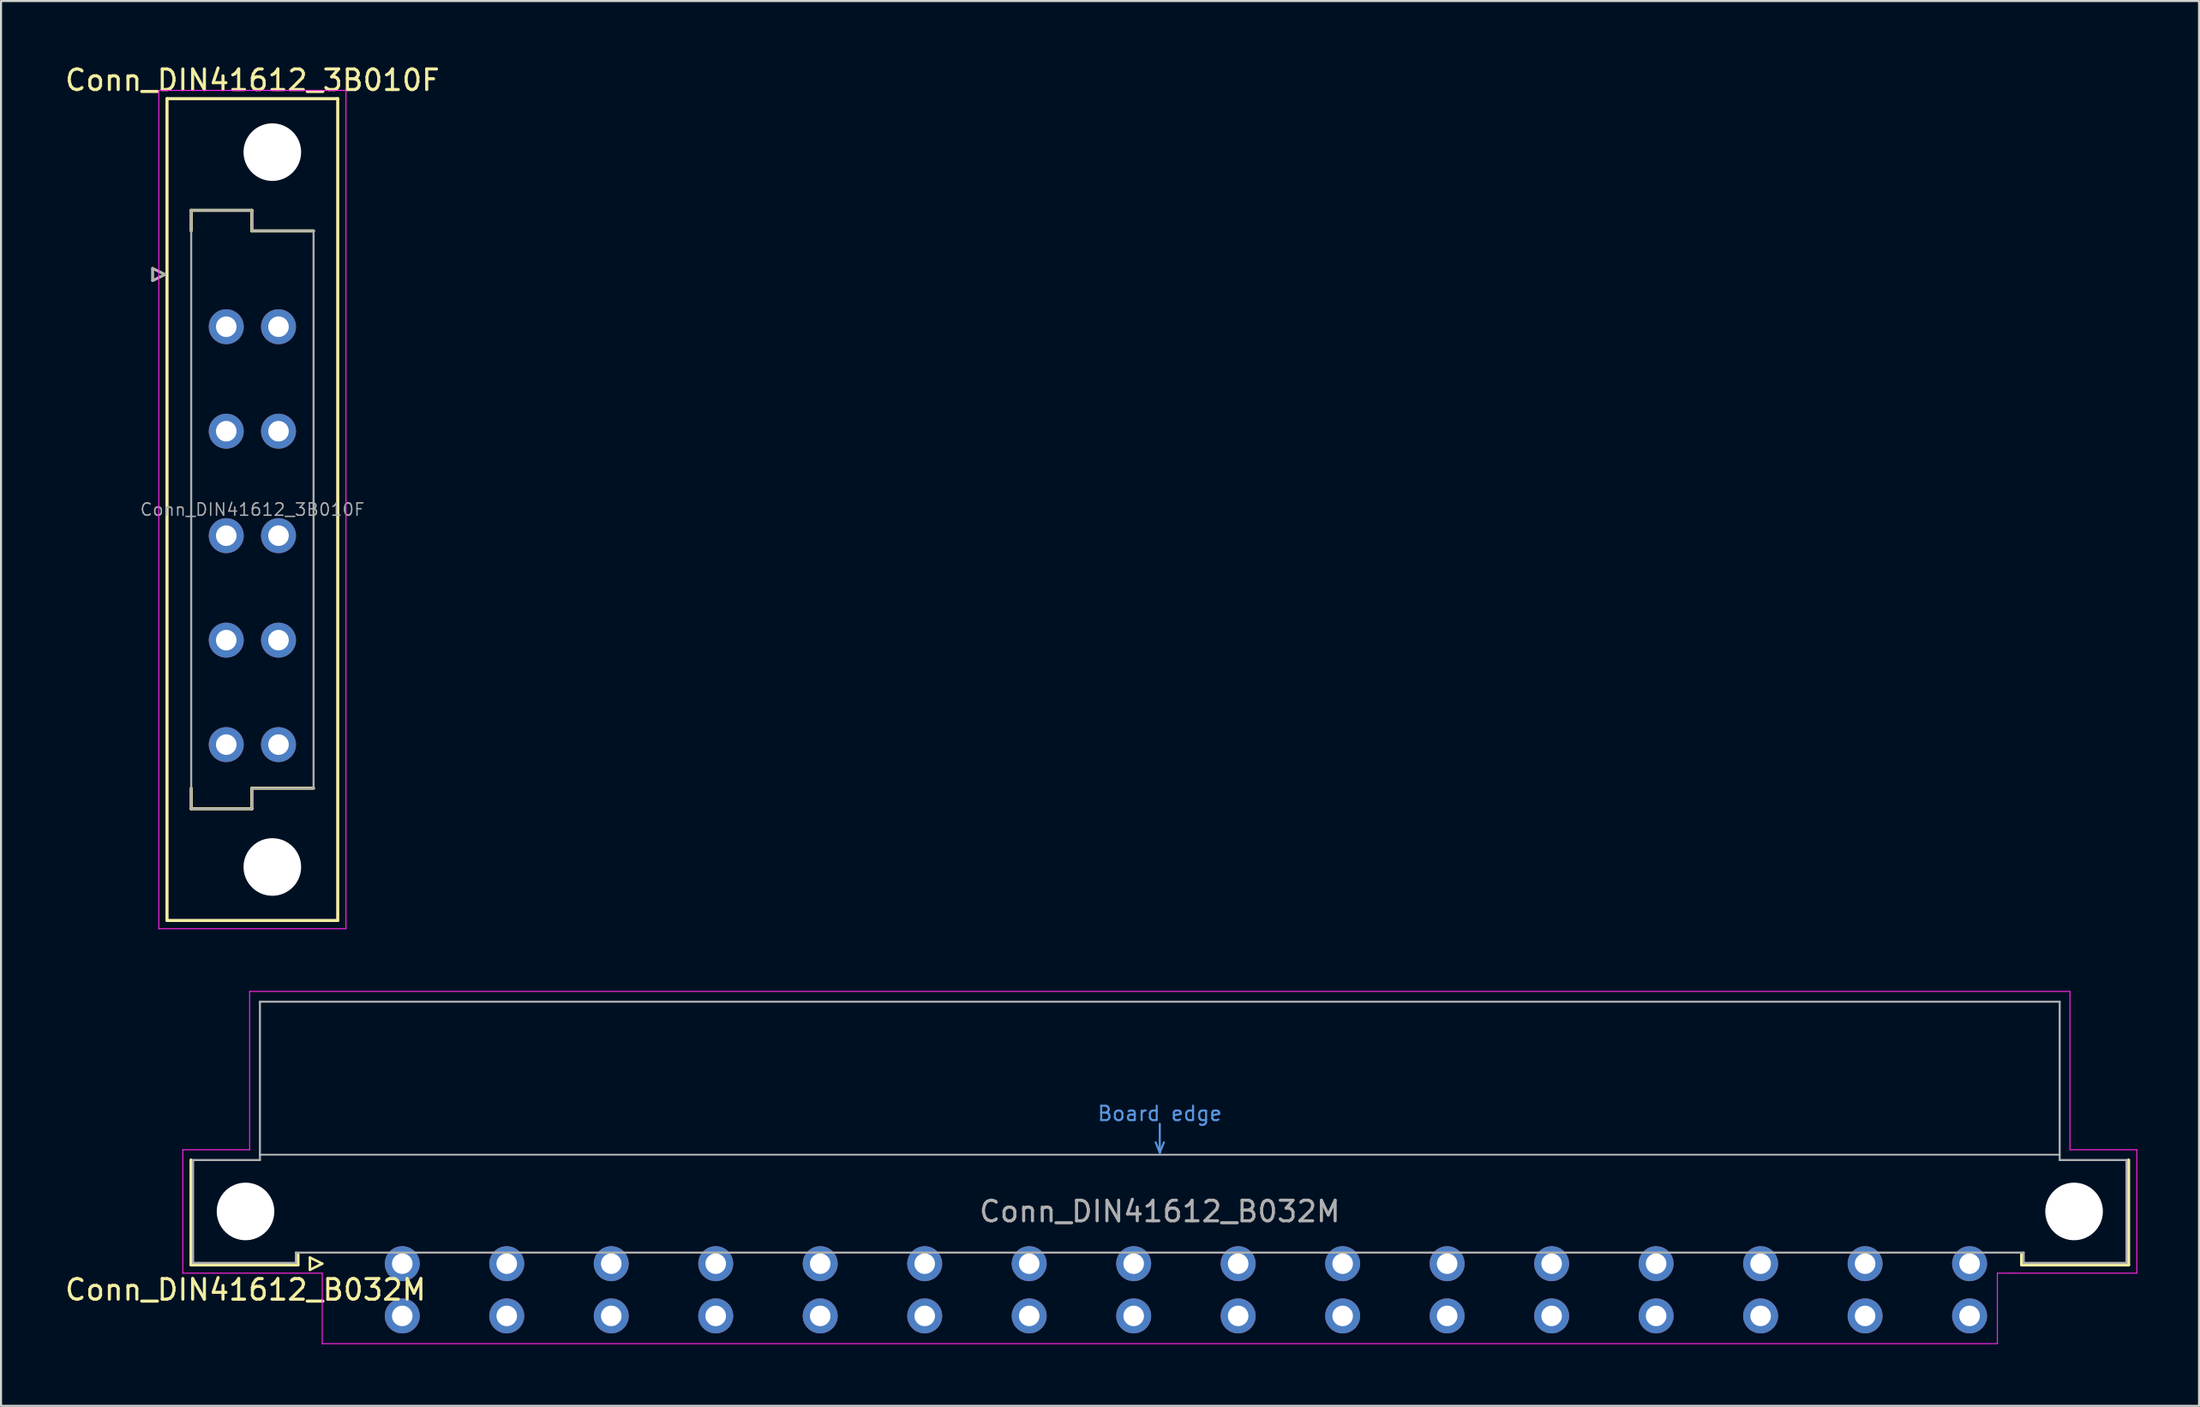
<source format=kicad_pcb>
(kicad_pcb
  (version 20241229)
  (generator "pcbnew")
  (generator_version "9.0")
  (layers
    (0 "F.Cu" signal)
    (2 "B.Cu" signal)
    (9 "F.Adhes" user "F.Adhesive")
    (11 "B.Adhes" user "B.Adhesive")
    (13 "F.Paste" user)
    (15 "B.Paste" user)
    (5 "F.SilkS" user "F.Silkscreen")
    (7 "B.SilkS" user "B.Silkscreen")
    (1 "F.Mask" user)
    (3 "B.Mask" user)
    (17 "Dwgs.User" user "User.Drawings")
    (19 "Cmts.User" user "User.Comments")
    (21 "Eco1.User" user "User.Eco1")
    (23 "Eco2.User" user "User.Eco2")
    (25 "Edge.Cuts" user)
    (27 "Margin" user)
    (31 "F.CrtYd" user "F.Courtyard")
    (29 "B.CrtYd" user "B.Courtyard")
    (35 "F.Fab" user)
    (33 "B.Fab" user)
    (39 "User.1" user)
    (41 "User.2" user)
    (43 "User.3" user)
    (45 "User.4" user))
  (footprint "Conn_DIN41612_B032M"
    (layer "F.Cu")
    (at 13.967 58.398)
    (property "Reference" "Conn_DIN41612_B032M" (at -5.08 1.27 0) (layer "F.SilkS") (effects (font (size 1 1) (thickness 0.15))))
    (attr through_hole)
    (fp_line (start -7.73 0.06) (end -7.73 -5.04) (stroke (width 0.15) (type solid)) (layer "F.SilkS"))
    (fp_line (start -2.53 -0.44) (end -2.53 0.06) (stroke (width 0.15) (type solid)) (layer "F.SilkS"))
    (fp_line (start -2.53 0.06) (end -7.73 0.06) (stroke (width 0.15) (type solid)) (layer "F.SilkS"))
    (fp_line (start -1.95 -0.3) (end -1.95 0.3) (stroke (width 0.12) (type solid)) (layer "F.SilkS"))
    (fp_line (start -1.95 0.3) (end -1.35 0) (stroke (width 0.12) (type solid)) (layer "F.SilkS"))
    (fp_line (start -1.35 0) (end -1.95 -0.3) (stroke (width 0.12) (type solid)) (layer "F.SilkS"))
    (fp_line (start 81.27 -0.44) (end 81.27 0.06) (stroke (width 0.15) (type solid)) (layer "F.SilkS"))
    (fp_line (start 81.27 0.06) (end 86.47 0.06) (stroke (width 0.15) (type solid)) (layer "F.SilkS"))
    (fp_line (start 86.47 0.06) (end 86.47 -5.04) (stroke (width 0.15) (type solid)) (layer "F.SilkS"))
    (fp_line (start -4.38 -5.3) (end 83.12 -5.3) (stroke (width 0.08) (type solid)) (layer "Dwgs.User"))
    (fp_line (start 39.17 -5.9) (end 39.37 -5.4) (stroke (width 0.1) (type solid)) (layer "Cmts.User"))
    (fp_line (start 39.37 -6.8) (end 39.37 -5.4) (stroke (width 0.1) (type solid)) (layer "Cmts.User"))
    (fp_line (start 39.37 -5.4) (end 39.57 -5.9) (stroke (width 0.1) (type solid)) (layer "Cmts.User"))
    (fp_line (start -8.13 -5.54) (end -4.88 -5.54) (stroke (width 0.05) (type solid)) (layer "F.CrtYd"))
    (fp_line (start -8.13 0.46) (end -8.13 -5.54) (stroke (width 0.05) (type solid)) (layer "F.CrtYd"))
    (fp_line (start -4.88 -13.24) (end 83.62 -13.24) (stroke (width 0.05) (type solid)) (layer "F.CrtYd"))
    (fp_line (start -4.88 -5.54) (end -4.88 -13.24) (stroke (width 0.05) (type solid)) (layer "F.CrtYd"))
    (fp_line (start -1.35 0.46) (end -8.13 0.46) (stroke (width 0.05) (type solid)) (layer "F.CrtYd"))
    (fp_line (start -1.35 3.89) (end -1.35 0.46) (stroke (width 0.05) (type solid)) (layer "F.CrtYd"))
    (fp_line (start 80.09 0.46) (end 80.09 3.89) (stroke (width 0.05) (type solid)) (layer "F.CrtYd"))
    (fp_line (start 80.09 3.89) (end -1.35 3.89) (stroke (width 0.05) (type solid)) (layer "F.CrtYd"))
    (fp_line (start 80.87 0.46) (end 80.09 0.46) (stroke (width 0.05) (type solid)) (layer "F.CrtYd"))
    (fp_line (start 83.62 -13.24) (end 83.62 -5.54) (stroke (width 0.05) (type solid)) (layer "F.CrtYd"))
    (fp_line (start 83.62 -5.54) (end 86.87 -5.54) (stroke (width 0.05) (type solid)) (layer "F.CrtYd"))
    (fp_line (start 86.87 -5.54) (end 86.87 0.46) (stroke (width 0.05) (type solid)) (layer "F.CrtYd"))
    (fp_line (start 86.87 0.46) (end 80.87 0.46) (stroke (width 0.05) (type solid)) (layer "F.CrtYd"))
    (fp_line (start -7.63 -5.04) (end -4.38 -5.04) (stroke (width 0.1) (type solid)) (layer "F.Fab"))
    (fp_line (start -7.63 -0.04) (end -7.63 -5.04) (stroke (width 0.1) (type solid)) (layer "F.Fab"))
    (fp_line (start -4.38 -12.74) (end 83.12 -12.74) (stroke (width 0.1) (type solid)) (layer "F.Fab"))
    (fp_line (start -4.38 -5.04) (end -4.38 -12.74) (stroke (width 0.1) (type solid)) (layer "F.Fab"))
    (fp_line (start -2.63 -0.54) (end -2.63 -0.04) (stroke (width 0.1) (type solid)) (layer "F.Fab"))
    (fp_line (start -2.63 -0.04) (end -7.63 -0.04) (stroke (width 0.1) (type solid)) (layer "F.Fab"))
    (fp_line (start 81.37 -0.54) (end -2.63 -0.54) (stroke (width 0.1) (type solid)) (layer "F.Fab"))
    (fp_line (start 81.37 -0.04) (end 81.37 -0.54) (stroke (width 0.1) (type solid)) (layer "F.Fab"))
    (fp_line (start 83.12 -12.74) (end 83.12 -5.04) (stroke (width 0.1) (type solid)) (layer "F.Fab"))
    (fp_line (start 83.12 -5.04) (end 86.37 -5.04) (stroke (width 0.1) (type solid)) (layer "F.Fab"))
    (fp_line (start 86.37 -5.04) (end 86.37 -0.04) (stroke (width 0.1) (type solid)) (layer "F.Fab"))
    (fp_line (start 86.37 -0.04) (end 81.37 -0.04) (stroke (width 0.1) (type solid)) (layer "F.Fab"))
    (fp_text user "Board edge" (at 39.37 -7.3 0) (layer "Cmts.User") (effects (font (size 0.7 0.7) (thickness 0.1))))
    (fp_text user "${REFERENCE}" (at 39.37 -2.54 0) (layer "F.Fab") (effects (font (size 1 1) (thickness 0.15))))
    (pad "" np_thru_hole circle (at -5.08 -2.54) (size 2.8 2.8) (drill 2.8) (layers "*.Cu" "*.Mask"))
    (pad "" np_thru_hole circle (at 83.82 -2.54) (size 2.8 2.8) (drill 2.8) (layers "*.Cu" "*.Mask"))
    (pad "A2" thru_hole circle (at 2.54 0) (size 1.7 1.7) (drill 1) (layers "*.Cu" "*.Mask"))
    (pad "A4" thru_hole circle (at 7.62 0) (size 1.7 1.7) (drill 1) (layers "*.Cu" "*.Mask"))
    (pad "A6" thru_hole circle (at 12.7 0) (size 1.7 1.7) (drill 1) (layers "*.Cu" "*.Mask"))
    (pad "A8" thru_hole circle (at 17.78 0) (size 1.7 1.7) (drill 1) (layers "*.Cu" "*.Mask"))
    (pad "A10" thru_hole circle (at 22.86 0) (size 1.7 1.7) (drill 1) (layers "*.Cu" "*.Mask"))
    (pad "A12" thru_hole circle (at 27.94 0) (size 1.7 1.7) (drill 1) (layers "*.Cu" "*.Mask"))
    (pad "A14" thru_hole circle (at 33.02 0) (size 1.7 1.7) (drill 1) (layers "*.Cu" "*.Mask"))
    (pad "A16" thru_hole circle (at 38.1 0) (size 1.7 1.7) (drill 1) (layers "*.Cu" "*.Mask"))
    (pad "A18" thru_hole circle (at 43.18 0) (size 1.7 1.7) (drill 1) (layers "*.Cu" "*.Mask"))
    (pad "A20" thru_hole circle (at 48.26 0) (size 1.7 1.7) (drill 1) (layers "*.Cu" "*.Mask"))
    (pad "A22" thru_hole circle (at 53.34 0) (size 1.7 1.7) (drill 1) (layers "*.Cu" "*.Mask"))
    (pad "A24" thru_hole circle (at 58.42 0) (size 1.7 1.7) (drill 1) (layers "*.Cu" "*.Mask"))
    (pad "A26" thru_hole circle (at 63.5 0) (size 1.7 1.7) (drill 1) (layers "*.Cu" "*.Mask"))
    (pad "A28" thru_hole circle (at 68.58 0) (size 1.7 1.7) (drill 1) (layers "*.Cu" "*.Mask"))
    (pad "A30" thru_hole circle (at 73.66 0) (size 1.7 1.7) (drill 1) (layers "*.Cu" "*.Mask"))
    (pad "A32" thru_hole circle (at 78.74 0) (size 1.7 1.7) (drill 1) (layers "*.Cu" "*.Mask"))
    (pad "B2" thru_hole circle (at 2.54 2.54) (size 1.7 1.7) (drill 1) (layers "*.Cu" "*.Mask"))
    (pad "B4" thru_hole circle (at 7.62 2.54) (size 1.7 1.7) (drill 1) (layers "*.Cu" "*.Mask"))
    (pad "B6" thru_hole circle (at 12.7 2.54) (size 1.7 1.7) (drill 1) (layers "*.Cu" "*.Mask"))
    (pad "B8" thru_hole circle (at 17.78 2.54) (size 1.7 1.7) (drill 1) (layers "*.Cu" "*.Mask"))
    (pad "B10" thru_hole circle (at 22.86 2.54) (size 1.7 1.7) (drill 1) (layers "*.Cu" "*.Mask"))
    (pad "B12" thru_hole circle (at 27.94 2.54) (size 1.7 1.7) (drill 1) (layers "*.Cu" "*.Mask"))
    (pad "B14" thru_hole circle (at 33.02 2.54) (size 1.7 1.7) (drill 1) (layers "*.Cu" "*.Mask"))
    (pad "B16" thru_hole circle (at 38.1 2.54) (size 1.7 1.7) (drill 1) (layers "*.Cu" "*.Mask"))
    (pad "B18" thru_hole circle (at 43.18 2.54) (size 1.7 1.7) (drill 1) (layers "*.Cu" "*.Mask"))
    (pad "B20" thru_hole circle (at 48.26 2.54) (size 1.7 1.7) (drill 1) (layers "*.Cu" "*.Mask"))
    (pad "B22" thru_hole circle (at 53.34 2.54) (size 1.7 1.7) (drill 1) (layers "*.Cu" "*.Mask"))
    (pad "B24" thru_hole circle (at 58.42 2.54) (size 1.7 1.7) (drill 1) (layers "*.Cu" "*.Mask"))
    (pad "B26" thru_hole circle (at 63.5 2.54) (size 1.7 1.7) (drill 1) (layers "*.Cu" "*.Mask"))
    (pad "B28" thru_hole circle (at 68.58 2.54) (size 1.7 1.7) (drill 1) (layers "*.Cu" "*.Mask"))
    (pad "B30" thru_hole circle (at 73.66 2.54) (size 1.7 1.7) (drill 1) (layers "*.Cu" "*.Mask"))
    (pad "B32" thru_hole circle (at 78.74 2.54) (size 1.7 1.7) (drill 1) (layers "*.Cu" "*.Mask")))
  (footprint "Conn_DIN41612_3B010F"
    (layer "F.Cu")
    (at 7.95 10.298)
    (property "Reference" "Conn_DIN41612_3B010F" (at 1.27 -9.45 0) (layer "F.SilkS") (effects (font (size 1 1) (thickness 0.15))))
    (attr through_hole)
    (fp_line (start -3.58 -0.3) (end -3.58 0.3) (stroke (width 0.12) (type solid)) (layer "F.SilkS"))
    (fp_line (start -3.58 0.3) (end -2.98 0) (stroke (width 0.12) (type solid)) (layer "F.SilkS"))
    (fp_line (start -2.98 0) (end -3.58 -0.3) (stroke (width 0.12) (type solid)) (layer "F.SilkS"))
    (fp_line (start -2.88 -8.55) (end -2.88 31.41) (stroke (width 0.15) (type solid)) (layer "F.SilkS"))
    (fp_line (start -2.88 31.41) (end 5.42 31.41) (stroke (width 0.15) (type solid)) (layer "F.SilkS"))
    (fp_line (start -1.705 -3.12) (end 1.245 -3.12) (stroke (width 0.15) (type solid)) (layer "F.SilkS"))
    (fp_line (start -1.705 -2.12) (end -1.705 -3.12) (stroke (width 0.15) (type solid)) (layer "F.SilkS"))
    (fp_line (start -1.705 25.98) (end -1.705 24.98) (stroke (width 0.15) (type solid)) (layer "F.SilkS"))
    (fp_line (start 1.245 -3.12) (end 1.245 -2.12) (stroke (width 0.15) (type solid)) (layer "F.SilkS"))
    (fp_line (start 1.245 -2.12) (end 4.245 -2.12) (stroke (width 0.15) (type solid)) (layer "F.SilkS"))
    (fp_line (start 1.245 24.98) (end 1.245 25.98) (stroke (width 0.15) (type solid)) (layer "F.SilkS"))
    (fp_line (start 1.245 25.98) (end -1.705 25.98) (stroke (width 0.15) (type solid)) (layer "F.SilkS"))
    (fp_line (start 4.245 24.98) (end 1.245 24.98) (stroke (width 0.15) (type solid)) (layer "F.SilkS"))
    (fp_line (start 5.42 -8.55) (end -2.88 -8.55) (stroke (width 0.15) (type solid)) (layer "F.SilkS"))
    (fp_line (start 5.42 31.41) (end 5.42 -8.55) (stroke (width 0.15) (type solid)) (layer "F.SilkS"))
    (fp_line (start -3.28 -8.95) (end -3.28 31.81) (stroke (width 0.05) (type solid)) (layer "F.CrtYd"))
    (fp_line (start -3.28 31.81) (end 5.82 31.81) (stroke (width 0.05) (type solid)) (layer "F.CrtYd"))
    (fp_line (start 5.82 -8.95) (end -3.28 -8.95) (stroke (width 0.05) (type solid)) (layer "F.CrtYd"))
    (fp_line (start 5.82 31.81) (end 5.82 -8.95) (stroke (width 0.05) (type solid)) (layer "F.CrtYd"))
    (fp_line (start -3.58 -0.3) (end -3.58 0.3) (stroke (width 0.12) (type solid)) (layer "F.Fab"))
    (fp_line (start -3.58 0.3) (end -2.98 0) (stroke (width 0.12) (type solid)) (layer "F.Fab"))
    (fp_line (start -2.98 0) (end -3.58 -0.3) (stroke (width 0.12) (type solid)) (layer "F.Fab"))
    (fp_line (start -1.705 -3.12) (end 1.245 -3.12) (stroke (width 0.1) (type solid)) (layer "F.Fab"))
    (fp_line (start -1.705 -2.12) (end -1.705 -3.12) (stroke (width 0.1) (type solid)) (layer "F.Fab"))
    (fp_line (start -1.705 24.98) (end -1.705 -2.12) (stroke (width 0.1) (type solid)) (layer "F.Fab"))
    (fp_line (start -1.705 25.98) (end -1.705 24.98) (stroke (width 0.1) (type solid)) (layer "F.Fab"))
    (fp_line (start 1.245 -3.12) (end 1.245 -2.12) (stroke (width 0.1) (type solid)) (layer "F.Fab"))
    (fp_line (start 1.245 -2.12) (end 4.245 -2.12) (stroke (width 0.1) (type solid)) (layer "F.Fab"))
    (fp_line (start 1.245 24.98) (end 1.245 25.98) (stroke (width 0.1) (type solid)) (layer "F.Fab"))
    (fp_line (start 1.245 25.98) (end -1.705 25.98) (stroke (width 0.1) (type solid)) (layer "F.Fab"))
    (fp_line (start 4.245 -2.12) (end 4.245 24.98) (stroke (width 0.1) (type solid)) (layer "F.Fab"))
    (fp_line (start 4.245 24.98) (end 1.245 24.98) (stroke (width 0.1) (type solid)) (layer "F.Fab"))
    (fp_text user "${REFERENCE}" (at 1.27 11.43 0) (layer "F.Fab") (effects (font (size 0.6 0.6) (thickness 0.07))))
    (pad "" np_thru_hole circle (at 2.24 -5.95) (size 2.8 2.8) (drill 2.8) (layers "*.Cu" "*.Mask"))
    (pad "" np_thru_hole circle (at 2.24 28.81) (size 2.8 2.8) (drill 2.8) (layers "*.Cu" "*.Mask"))
    (pad "A2" thru_hole circle (at 0 2.54) (size 1.7 1.7) (drill 1) (layers "*.Cu" "*.Mask"))
    (pad "A4" thru_hole circle (at 0 7.62) (size 1.7 1.7) (drill 1) (layers "*.Cu" "*.Mask"))
    (pad "A6" thru_hole circle (at 0 12.7) (size 1.7 1.7) (drill 1) (layers "*.Cu" "*.Mask"))
    (pad "A8" thru_hole circle (at 0 17.78) (size 1.7 1.7) (drill 1) (layers "*.Cu" "*.Mask"))
    (pad "A10" thru_hole circle (at 0 22.86) (size 1.7 1.7) (drill 1) (layers "*.Cu" "*.Mask"))
    (pad "B2" thru_hole circle (at 2.54 2.54) (size 1.7 1.7) (drill 1) (layers "*.Cu" "*.Mask"))
    (pad "B4" thru_hole circle (at 2.54 7.62) (size 1.7 1.7) (drill 1) (layers "*.Cu" "*.Mask"))
    (pad "B6" thru_hole circle (at 2.54 12.7) (size 1.7 1.7) (drill 1) (layers "*.Cu" "*.Mask"))
    (pad "B8" thru_hole circle (at 2.54 17.78) (size 1.7 1.7) (drill 1) (layers "*.Cu" "*.Mask"))
    (pad "B10" thru_hole circle (at 2.54 22.86) (size 1.7 1.7) (drill 1) (layers "*.Cu" "*.Mask")))
  (gr_rect
    (start -3 -3)
    (end 103.862 65.313)
    (stroke (width 0.1) (type default))
    (fill no)
    (layer "Edge.Cuts")))
</source>
